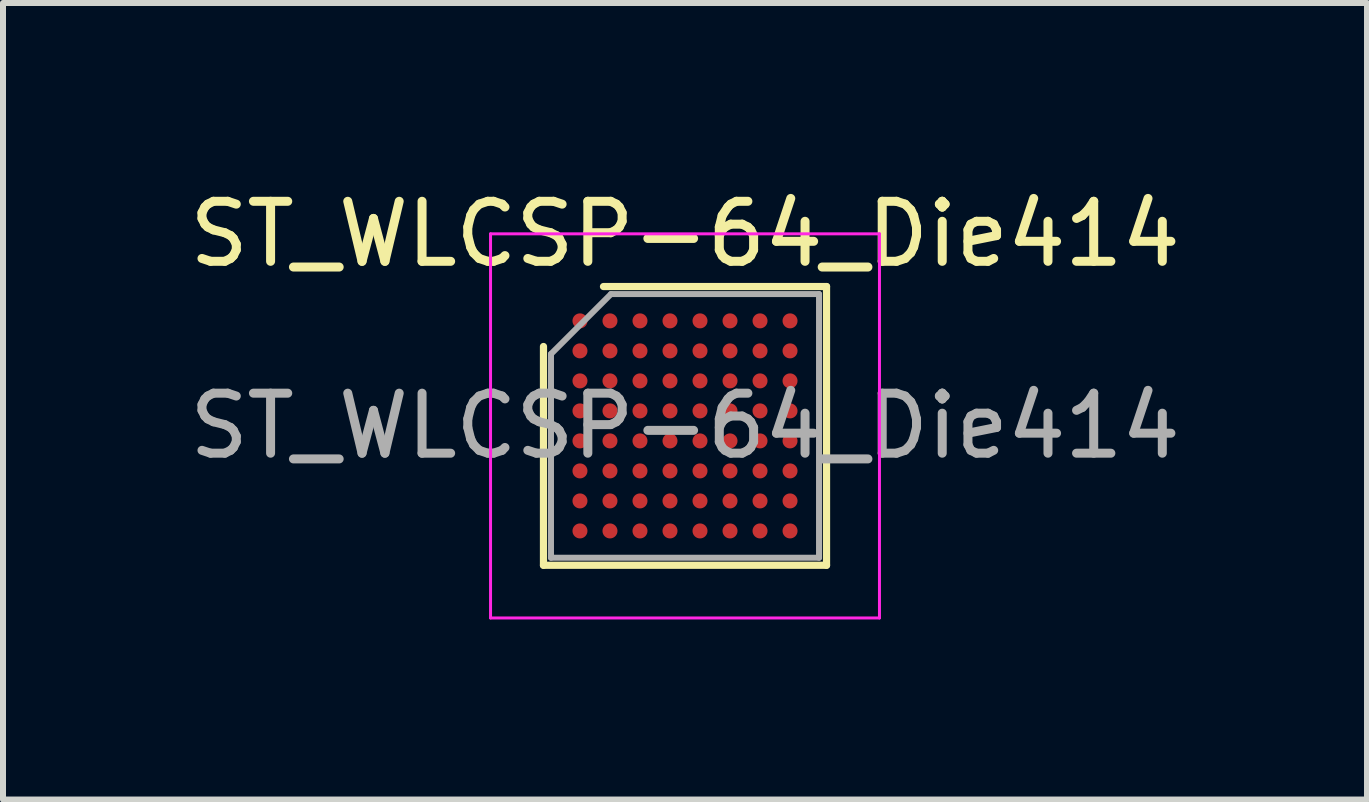
<source format=kicad_pcb>
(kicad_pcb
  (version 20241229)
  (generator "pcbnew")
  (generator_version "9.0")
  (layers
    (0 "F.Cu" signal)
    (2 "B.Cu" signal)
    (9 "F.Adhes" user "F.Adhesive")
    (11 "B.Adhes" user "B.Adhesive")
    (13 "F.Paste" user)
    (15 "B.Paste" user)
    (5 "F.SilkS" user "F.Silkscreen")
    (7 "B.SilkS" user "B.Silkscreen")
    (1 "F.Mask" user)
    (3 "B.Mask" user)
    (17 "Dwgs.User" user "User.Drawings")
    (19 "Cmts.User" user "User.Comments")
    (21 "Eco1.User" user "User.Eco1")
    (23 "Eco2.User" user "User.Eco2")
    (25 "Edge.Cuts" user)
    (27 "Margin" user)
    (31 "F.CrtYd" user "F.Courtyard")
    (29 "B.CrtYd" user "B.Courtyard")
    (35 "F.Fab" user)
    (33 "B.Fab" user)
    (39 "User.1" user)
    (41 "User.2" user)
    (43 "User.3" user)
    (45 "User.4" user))
  (footprint "ST_WLCSP-64_Die414"
    (layer "F.Cu")
    (at 8.363 4.046)
    (property "Reference" "ST_WLCSP-64_Die414" (at 0 -3.197 0) (layer "F.SilkS") (effects (font (size 1 1) (thickness 0.15))))
    (attr smd)
    (fp_line (start -2.358 2.322) (end -2.358 -1.323) (stroke (width 0.12) (type solid)) (layer "F.SilkS"))
    (fp_line (start -1.358 -2.322) (end 2.358 -2.322) (stroke (width 0.12) (type solid)) (layer "F.SilkS"))
    (fp_line (start 2.358 -2.322) (end 2.358 2.322) (stroke (width 0.12) (type solid)) (layer "F.SilkS"))
    (fp_line (start 2.358 2.322) (end -2.358 2.322) (stroke (width 0.12) (type solid)) (layer "F.SilkS"))
    (fp_line (start -3.24 -3.2) (end -3.24 3.2) (stroke (width 0.05) (type solid)) (layer "F.CrtYd"))
    (fp_line (start -3.24 3.2) (end 3.24 3.2) (stroke (width 0.05) (type solid)) (layer "F.CrtYd"))
    (fp_line (start 3.24 -3.2) (end -3.24 -3.2) (stroke (width 0.05) (type solid)) (layer "F.CrtYd"))
    (fp_line (start 3.24 3.2) (end 3.24 -3.2) (stroke (width 0.05) (type solid)) (layer "F.CrtYd"))
    (fp_line (start -2.233 -1.198) (end -1.233 -2.197) (stroke (width 0.1) (type solid)) (layer "F.Fab"))
    (fp_line (start -2.233 2.197) (end -2.233 -1.198) (stroke (width 0.1) (type solid)) (layer "F.Fab"))
    (fp_line (start -1.233 -2.197) (end 2.233 -2.197) (stroke (width 0.1) (type solid)) (layer "F.Fab"))
    (fp_line (start 2.233 -2.197) (end 2.233 2.197) (stroke (width 0.1) (type solid)) (layer "F.Fab"))
    (fp_line (start 2.233 2.197) (end -2.233 2.197) (stroke (width 0.1) (type solid)) (layer "F.Fab"))
    (fp_text user "${REFERENCE}" (at 0 0 0) (layer "F.Fab") (effects (font (size 1 1) (thickness 0.15))))
    (pad "A1" smd circle (at -1.75 -1.75) (size 0.25 0.25) (layers "F.Cu" "F.Mask" "F.Paste"))
    (pad "A2" smd circle (at -1.25 -1.75) (size 0.25 0.25) (layers "F.Cu" "F.Mask" "F.Paste"))
    (pad "A3" smd circle (at -0.75 -1.75) (size 0.25 0.25) (layers "F.Cu" "F.Mask" "F.Paste"))
    (pad "A4" smd circle (at -0.25 -1.75) (size 0.25 0.25) (layers "F.Cu" "F.Mask" "F.Paste"))
    (pad "A5" smd circle (at 0.25 -1.75) (size 0.25 0.25) (layers "F.Cu" "F.Mask" "F.Paste"))
    (pad "A6" smd circle (at 0.75 -1.75) (size 0.25 0.25) (layers "F.Cu" "F.Mask" "F.Paste"))
    (pad "A7" smd circle (at 1.25 -1.75) (size 0.25 0.25) (layers "F.Cu" "F.Mask" "F.Paste"))
    (pad "A8" smd circle (at 1.75 -1.75) (size 0.25 0.25) (layers "F.Cu" "F.Mask" "F.Paste"))
    (pad "B1" smd circle (at -1.75 -1.25) (size 0.25 0.25) (layers "F.Cu" "F.Mask" "F.Paste"))
    (pad "B2" smd circle (at -1.25 -1.25) (size 0.25 0.25) (layers "F.Cu" "F.Mask" "F.Paste"))
    (pad "B3" smd circle (at -0.75 -1.25) (size 0.25 0.25) (layers "F.Cu" "F.Mask" "F.Paste"))
    (pad "B4" smd circle (at -0.25 -1.25) (size 0.25 0.25) (layers "F.Cu" "F.Mask" "F.Paste"))
    (pad "B5" smd circle (at 0.25 -1.25) (size 0.25 0.25) (layers "F.Cu" "F.Mask" "F.Paste"))
    (pad "B6" smd circle (at 0.75 -1.25) (size 0.25 0.25) (layers "F.Cu" "F.Mask" "F.Paste"))
    (pad "B7" smd circle (at 1.25 -1.25) (size 0.25 0.25) (layers "F.Cu" "F.Mask" "F.Paste"))
    (pad "B8" smd circle (at 1.75 -1.25) (size 0.25 0.25) (layers "F.Cu" "F.Mask" "F.Paste"))
    (pad "C1" smd circle (at -1.75 -0.75) (size 0.25 0.25) (layers "F.Cu" "F.Mask" "F.Paste"))
    (pad "C2" smd circle (at -1.25 -0.75) (size 0.25 0.25) (layers "F.Cu" "F.Mask" "F.Paste"))
    (pad "C3" smd circle (at -0.75 -0.75) (size 0.25 0.25) (layers "F.Cu" "F.Mask" "F.Paste"))
    (pad "C4" smd circle (at -0.25 -0.75) (size 0.25 0.25) (layers "F.Cu" "F.Mask" "F.Paste"))
    (pad "C5" smd circle (at 0.25 -0.75) (size 0.25 0.25) (layers "F.Cu" "F.Mask" "F.Paste"))
    (pad "C6" smd circle (at 0.75 -0.75) (size 0.25 0.25) (layers "F.Cu" "F.Mask" "F.Paste"))
    (pad "C7" smd circle (at 1.25 -0.75) (size 0.25 0.25) (layers "F.Cu" "F.Mask" "F.Paste"))
    (pad "C8" smd circle (at 1.75 -0.75) (size 0.25 0.25) (layers "F.Cu" "F.Mask" "F.Paste"))
    (pad "D1" smd circle (at -1.75 -0.25) (size 0.25 0.25) (layers "F.Cu" "F.Mask" "F.Paste"))
    (pad "D2" smd circle (at -1.25 -0.25) (size 0.25 0.25) (layers "F.Cu" "F.Mask" "F.Paste"))
    (pad "D3" smd circle (at -0.75 -0.25) (size 0.25 0.25) (layers "F.Cu" "F.Mask" "F.Paste"))
    (pad "D4" smd circle (at -0.25 -0.25) (size 0.25 0.25) (layers "F.Cu" "F.Mask" "F.Paste"))
    (pad "D5" smd circle (at 0.25 -0.25) (size 0.25 0.25) (layers "F.Cu" "F.Mask" "F.Paste"))
    (pad "D6" smd circle (at 0.75 -0.25) (size 0.25 0.25) (layers "F.Cu" "F.Mask" "F.Paste"))
    (pad "D7" smd circle (at 1.25 -0.25) (size 0.25 0.25) (layers "F.Cu" "F.Mask" "F.Paste"))
    (pad "D8" smd circle (at 1.75 -0.25) (size 0.25 0.25) (layers "F.Cu" "F.Mask" "F.Paste"))
    (pad "E1" smd circle (at -1.75 0.25) (size 0.25 0.25) (layers "F.Cu" "F.Mask" "F.Paste"))
    (pad "E2" smd circle (at -1.25 0.25) (size 0.25 0.25) (layers "F.Cu" "F.Mask" "F.Paste"))
    (pad "E3" smd circle (at -0.75 0.25) (size 0.25 0.25) (layers "F.Cu" "F.Mask" "F.Paste"))
    (pad "E4" smd circle (at -0.25 0.25) (size 0.25 0.25) (layers "F.Cu" "F.Mask" "F.Paste"))
    (pad "E5" smd circle (at 0.25 0.25) (size 0.25 0.25) (layers "F.Cu" "F.Mask" "F.Paste"))
    (pad "E6" smd circle (at 0.75 0.25) (size 0.25 0.25) (layers "F.Cu" "F.Mask" "F.Paste"))
    (pad "E7" smd circle (at 1.25 0.25) (size 0.25 0.25) (layers "F.Cu" "F.Mask" "F.Paste"))
    (pad "E8" smd circle (at 1.75 0.25) (size 0.25 0.25) (layers "F.Cu" "F.Mask" "F.Paste"))
    (pad "F1" smd circle (at -1.75 0.75) (size 0.25 0.25) (layers "F.Cu" "F.Mask" "F.Paste"))
    (pad "F2" smd circle (at -1.25 0.75) (size 0.25 0.25) (layers "F.Cu" "F.Mask" "F.Paste"))
    (pad "F3" smd circle (at -0.75 0.75) (size 0.25 0.25) (layers "F.Cu" "F.Mask" "F.Paste"))
    (pad "F4" smd circle (at -0.25 0.75) (size 0.25 0.25) (layers "F.Cu" "F.Mask" "F.Paste"))
    (pad "F5" smd circle (at 0.25 0.75) (size 0.25 0.25) (layers "F.Cu" "F.Mask" "F.Paste"))
    (pad "F6" smd circle (at 0.75 0.75) (size 0.25 0.25) (layers "F.Cu" "F.Mask" "F.Paste"))
    (pad "F7" smd circle (at 1.25 0.75) (size 0.25 0.25) (layers "F.Cu" "F.Mask" "F.Paste"))
    (pad "F8" smd circle (at 1.75 0.75) (size 0.25 0.25) (layers "F.Cu" "F.Mask" "F.Paste"))
    (pad "G1" smd circle (at -1.75 1.25) (size 0.25 0.25) (layers "F.Cu" "F.Mask" "F.Paste"))
    (pad "G2" smd circle (at -1.25 1.25) (size 0.25 0.25) (layers "F.Cu" "F.Mask" "F.Paste"))
    (pad "G3" smd circle (at -0.75 1.25) (size 0.25 0.25) (layers "F.Cu" "F.Mask" "F.Paste"))
    (pad "G4" smd circle (at -0.25 1.25) (size 0.25 0.25) (layers "F.Cu" "F.Mask" "F.Paste"))
    (pad "G5" smd circle (at 0.25 1.25) (size 0.25 0.25) (layers "F.Cu" "F.Mask" "F.Paste"))
    (pad "G6" smd circle (at 0.75 1.25) (size 0.25 0.25) (layers "F.Cu" "F.Mask" "F.Paste"))
    (pad "G7" smd circle (at 1.25 1.25) (size 0.25 0.25) (layers "F.Cu" "F.Mask" "F.Paste"))
    (pad "G8" smd circle (at 1.75 1.25) (size 0.25 0.25) (layers "F.Cu" "F.Mask" "F.Paste"))
    (pad "H1" smd circle (at -1.75 1.75) (size 0.25 0.25) (layers "F.Cu" "F.Mask" "F.Paste"))
    (pad "H2" smd circle (at -1.25 1.75) (size 0.25 0.25) (layers "F.Cu" "F.Mask" "F.Paste"))
    (pad "H3" smd circle (at -0.75 1.75) (size 0.25 0.25) (layers "F.Cu" "F.Mask" "F.Paste"))
    (pad "H4" smd circle (at -0.25 1.75) (size 0.25 0.25) (layers "F.Cu" "F.Mask" "F.Paste"))
    (pad "H5" smd circle (at 0.25 1.75) (size 0.25 0.25) (layers "F.Cu" "F.Mask" "F.Paste"))
    (pad "H6" smd circle (at 0.75 1.75) (size 0.25 0.25) (layers "F.Cu" "F.Mask" "F.Paste"))
    (pad "H7" smd circle (at 1.25 1.75) (size 0.25 0.25) (layers "F.Cu" "F.Mask" "F.Paste"))
    (pad "H8" smd circle (at 1.75 1.75) (size 0.25 0.25) (layers "F.Cu" "F.Mask" "F.Paste")))
  (gr_rect
    (start -3 -3)
    (end 19.726 10.271)
    (stroke (width 0.1) (type default))
    (fill no)
    (layer "Edge.Cuts")))
</source>
